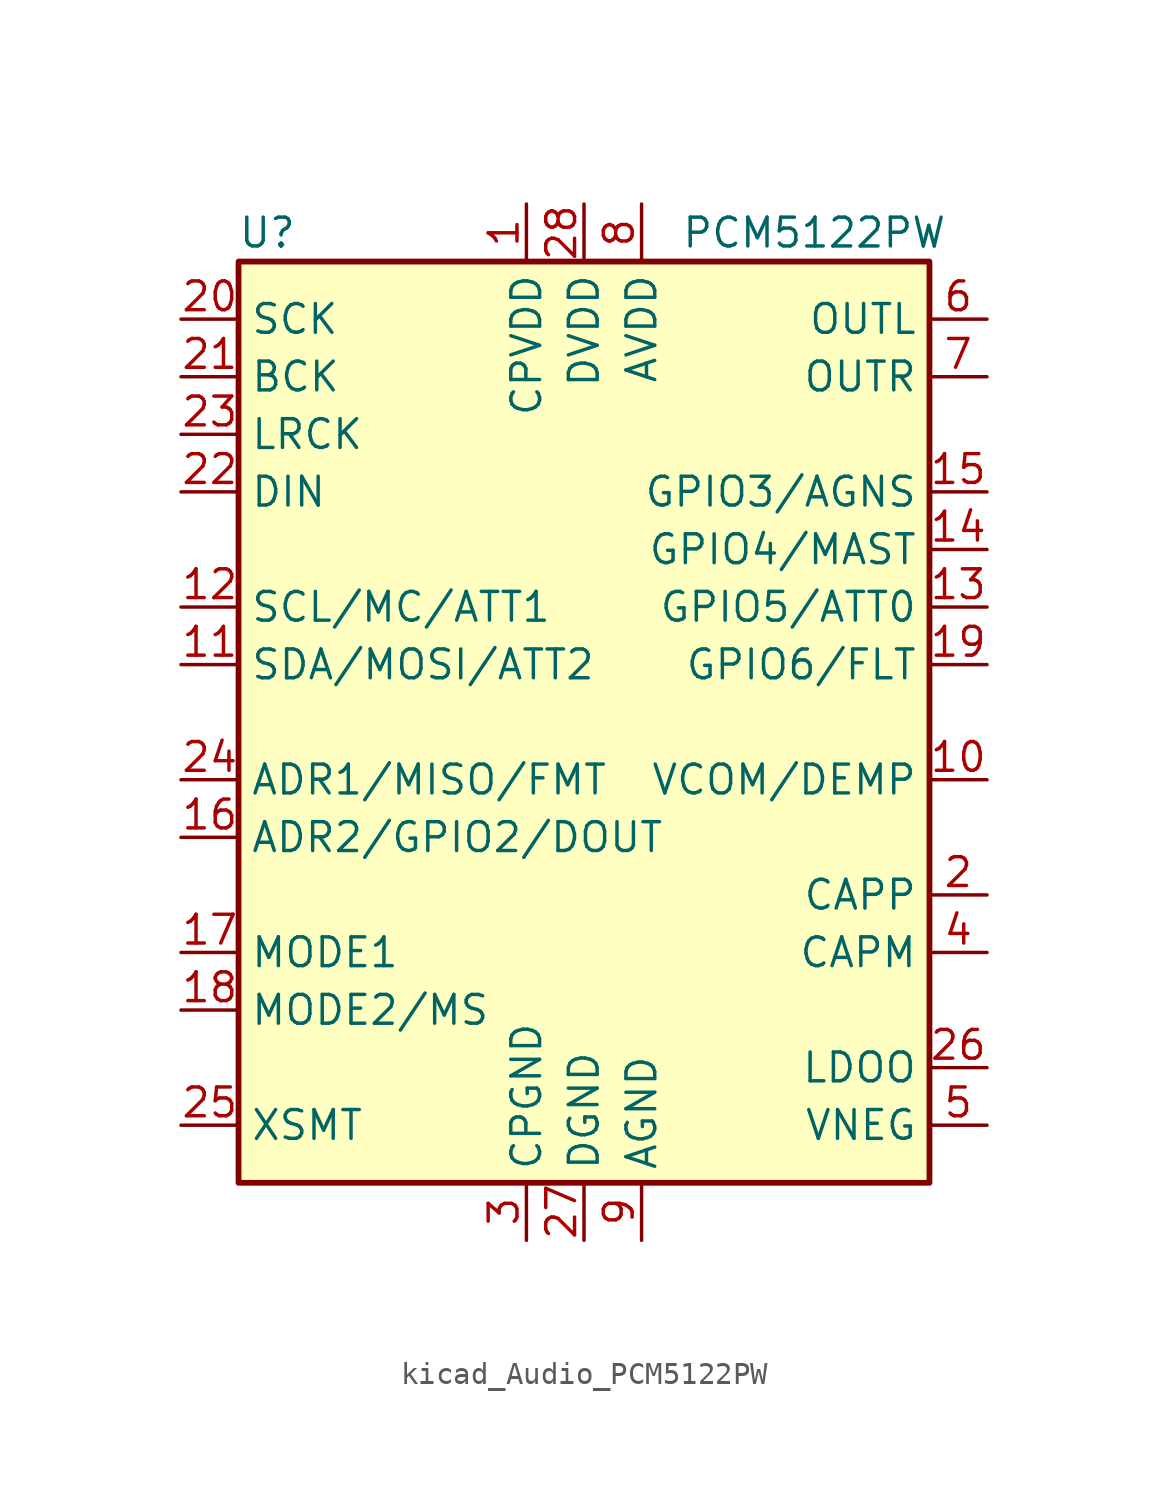
<source format=kicad_sym>
(kicad_symbol_lib
  (version 20220914)
  (generator kicad_symbol_editor)
  (symbol "kicad_Audio_PCM5122PW"
    (property "Reference" "U"
      (at -13.97 21.59 0)
      (effects (font (size 1.27 1.27))))
    (property "Value" "PCM5122PW"
      (at 10.16 21.59 0)
      (effects (font (size 1.27 1.27))))
    (symbol "kicad_Audio_PCM5122PW_0_1"
      (rectangle (start -15.24 20.32) (end 15.24 -20.32) (stroke (width 0.254) (type default)) (fill (type background))))
    (symbol "kicad_Audio_PCM5122PW_1_1"
      (pin power_in line (at -2.54 22.86 270) (length 2.54) (name "CPVDD" (effects (font (size 1.27 1.27)))) (number "1" (effects (font (size 1.27 1.27)))))
      (pin bidirectional line (at 17.78 -2.54 180) (length 2.54) (name "VCOM/DEMP" (effects (font (size 1.27 1.27)))) (number "10" (effects (font (size 1.27 1.27)))))
      (pin bidirectional line (at -17.78 2.54 0) (length 2.54) (name "SDA/MOSI/ATT2" (effects (font (size 1.27 1.27)))) (number "11" (effects (font (size 1.27 1.27)))))
      (pin input line (at -17.78 5.08 0) (length 2.54) (name "SCL/MC/ATT1" (effects (font (size 1.27 1.27)))) (number "12" (effects (font (size 1.27 1.27)))))
      (pin bidirectional line (at 17.78 5.08 180) (length 2.54) (name "GPIO5/ATT0" (effects (font (size 1.27 1.27)))) (number "13" (effects (font (size 1.27 1.27)))))
      (pin bidirectional line (at 17.78 7.62 180) (length 2.54) (name "GPIO4/MAST" (effects (font (size 1.27 1.27)))) (number "14" (effects (font (size 1.27 1.27)))))
      (pin bidirectional line (at 17.78 10.16 180) (length 2.54) (name "GPIO3/AGNS" (effects (font (size 1.27 1.27)))) (number "15" (effects (font (size 1.27 1.27)))))
      (pin bidirectional line (at -17.78 -5.08 0) (length 2.54) (name "ADR2/GPIO2/DOUT" (effects (font (size 1.27 1.27)))) (number "16" (effects (font (size 1.27 1.27)))))
      (pin input line (at -17.78 -10.16 0) (length 2.54) (name "MODE1" (effects (font (size 1.27 1.27)))) (number "17" (effects (font (size 1.27 1.27)))))
      (pin input line (at -17.78 -12.7 0) (length 2.54) (name "MODE2/MS" (effects (font (size 1.27 1.27)))) (number "18" (effects (font (size 1.27 1.27)))))
      (pin bidirectional line (at 17.78 2.54 180) (length 2.54) (name "GPIO6/FLT" (effects (font (size 1.27 1.27)))) (number "19" (effects (font (size 1.27 1.27)))))
      (pin passive line (at 17.78 -7.62 180) (length 2.54) (name "CAPP" (effects (font (size 1.27 1.27)))) (number "2" (effects (font (size 1.27 1.27)))))
      (pin input line (at -17.78 17.78 0) (length 2.54) (name "SCK" (effects (font (size 1.27 1.27)))) (number "20" (effects (font (size 1.27 1.27)))))
      (pin bidirectional line (at -17.78 15.24 0) (length 2.54) (name "BCK" (effects (font (size 1.27 1.27)))) (number "21" (effects (font (size 1.27 1.27)))))
      (pin input line (at -17.78 10.16 0) (length 2.54) (name "DIN" (effects (font (size 1.27 1.27)))) (number "22" (effects (font (size 1.27 1.27)))))
      (pin bidirectional line (at -17.78 12.7 0) (length 2.54) (name "LRCK" (effects (font (size 1.27 1.27)))) (number "23" (effects (font (size 1.27 1.27)))))
      (pin bidirectional line (at -17.78 -2.54 0) (length 2.54) (name "ADR1/MISO/FMT" (effects (font (size 1.27 1.27)))) (number "24" (effects (font (size 1.27 1.27)))))
      (pin input line (at -17.78 -17.78 0) (length 2.54) (name "XSMT" (effects (font (size 1.27 1.27)))) (number "25" (effects (font (size 1.27 1.27)))))
      (pin passive line (at 17.78 -15.24 180) (length 2.54) (name "LDOO" (effects (font (size 1.27 1.27)))) (number "26" (effects (font (size 1.27 1.27)))))
      (pin power_in line (at 0 -22.86 90) (length 2.54) (name "DGND" (effects (font (size 1.27 1.27)))) (number "27" (effects (font (size 1.27 1.27)))))
      (pin power_in line (at 0 22.86 270) (length 2.54) (name "DVDD" (effects (font (size 1.27 1.27)))) (number "28" (effects (font (size 1.27 1.27)))))
      (pin power_in line (at -2.54 -22.86 90) (length 2.54) (name "CPGND" (effects (font (size 1.27 1.27)))) (number "3" (effects (font (size 1.27 1.27)))))
      (pin passive line (at 17.78 -10.16 180) (length 2.54) (name "CAPM" (effects (font (size 1.27 1.27)))) (number "4" (effects (font (size 1.27 1.27)))))
      (pin passive line (at 17.78 -17.78 180) (length 2.54) (name "VNEG" (effects (font (size 1.27 1.27)))) (number "5" (effects (font (size 1.27 1.27)))))
      (pin output line (at 17.78 17.78 180) (length 2.54) (name "OUTL" (effects (font (size 1.27 1.27)))) (number "6" (effects (font (size 1.27 1.27)))))
      (pin output line (at 17.78 15.24 180) (length 2.54) (name "OUTR" (effects (font (size 1.27 1.27)))) (number "7" (effects (font (size 1.27 1.27)))))
      (pin power_in line (at 2.54 22.86 270) (length 2.54) (name "AVDD" (effects (font (size 1.27 1.27)))) (number "8" (effects (font (size 1.27 1.27)))))
      (pin power_in line (at 2.54 -22.86 90) (length 2.54) (name "AGND" (effects (font (size 1.27 1.27)))) (number "9" (effects (font (size 1.27 1.27))))))))
</source>
